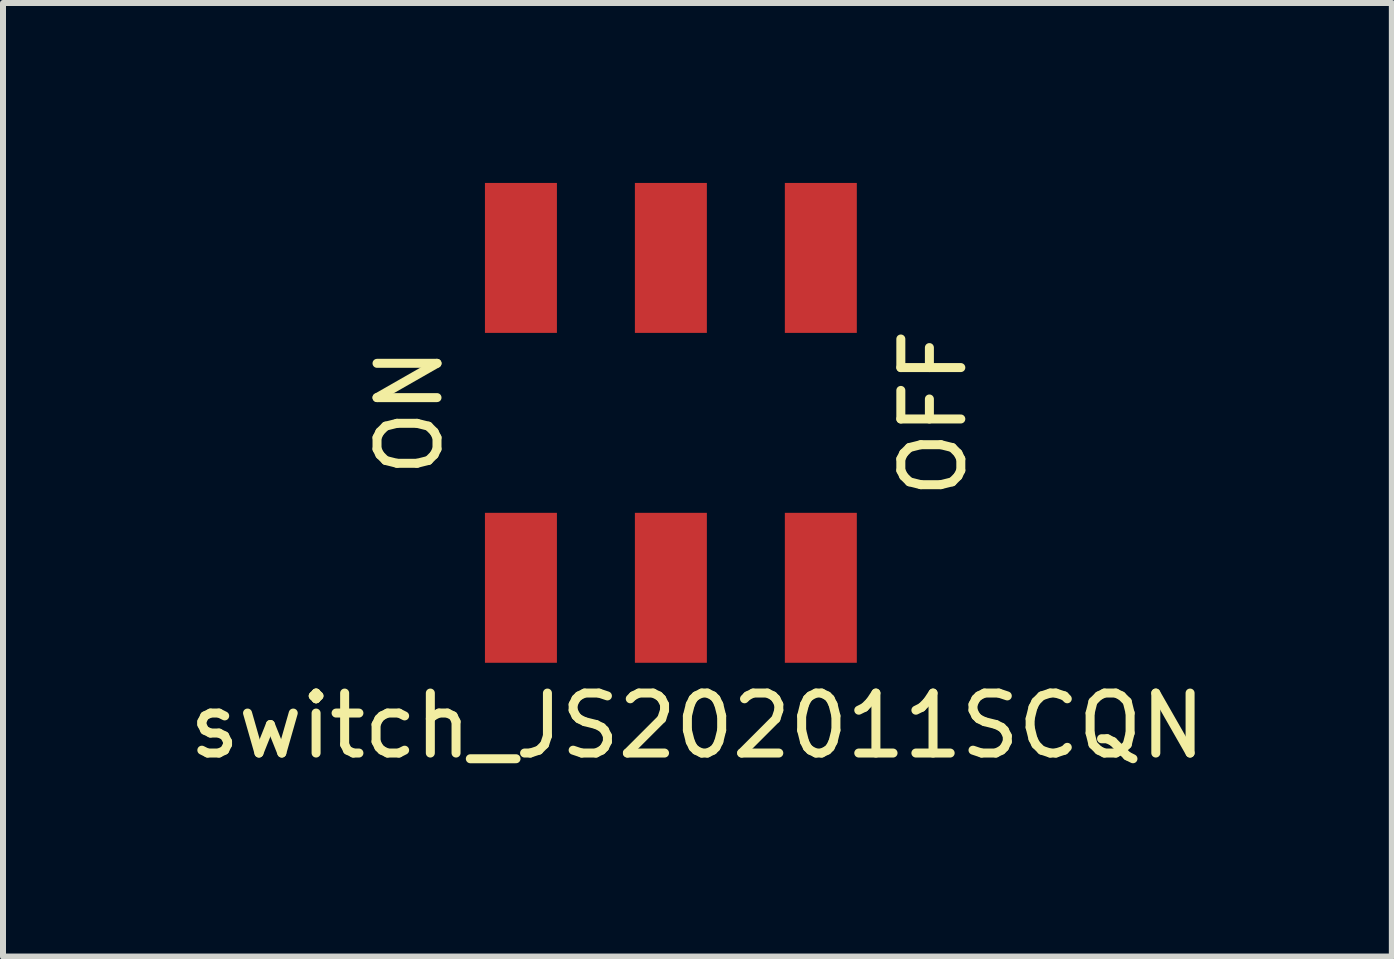
<source format=kicad_pcb>
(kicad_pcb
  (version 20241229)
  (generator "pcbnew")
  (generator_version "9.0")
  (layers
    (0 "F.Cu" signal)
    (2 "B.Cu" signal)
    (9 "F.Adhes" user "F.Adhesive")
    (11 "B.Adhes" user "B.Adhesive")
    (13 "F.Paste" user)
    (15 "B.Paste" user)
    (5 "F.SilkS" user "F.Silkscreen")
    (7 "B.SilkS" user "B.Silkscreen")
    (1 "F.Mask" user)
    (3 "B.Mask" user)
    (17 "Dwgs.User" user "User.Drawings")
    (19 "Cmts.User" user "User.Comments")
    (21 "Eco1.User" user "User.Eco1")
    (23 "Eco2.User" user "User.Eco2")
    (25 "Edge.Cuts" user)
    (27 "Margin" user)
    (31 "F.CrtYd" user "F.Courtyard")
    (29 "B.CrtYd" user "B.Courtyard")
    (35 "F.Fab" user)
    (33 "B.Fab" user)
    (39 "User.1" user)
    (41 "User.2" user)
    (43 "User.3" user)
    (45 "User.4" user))
  (footprint "switch_JS202011SCQN"
    (layer "F.Cu")
    (at 8.135 4)
    (property "Reference" "switch_JS202011SCQN" (at 0.442 5.05 0) (layer "F.SilkS") (effects (font (size 1 1) (thickness 0.15))))
    (attr through_hole)
    (fp_text user "OFF" (at 4.379 -0.16 90) (layer "F.SilkS") (effects (font (size 1 1) (thickness 0.15))))
    (fp_text user "ON" (at -4.354 -0.183 90) (layer "F.SilkS") (effects (font (size 1 1) (thickness 0.15))))
    (pad "1" smd rect (at -2.5 2.75) (size 1.2 2.5) (layers "F.Cu" "F.Mask" "F.Paste"))
    (pad "2" smd rect (at 0 2.75) (size 1.2 2.5) (layers "F.Cu" "F.Mask" "F.Paste"))
    (pad "3" smd rect (at 2.5 2.75) (size 1.2 2.5) (layers "F.Cu" "F.Mask" "F.Paste"))
    (pad "4" smd rect (at -2.5 -2.75) (size 1.2 2.5) (layers "F.Cu" "F.Mask" "F.Paste"))
    (pad "5" smd rect (at 0 -2.75) (size 1.2 2.5) (layers "F.Cu" "F.Mask" "F.Paste"))
    (pad "6" smd rect (at 2.5 -2.75) (size 1.2 2.5) (layers "F.Cu" "F.Mask" "F.Paste")))
  (gr_rect
    (start -3 -3)
    (end 20.155 12.898)
    (stroke (width 0.1) (type default))
    (fill no)
    (layer "Edge.Cuts")))
</source>
